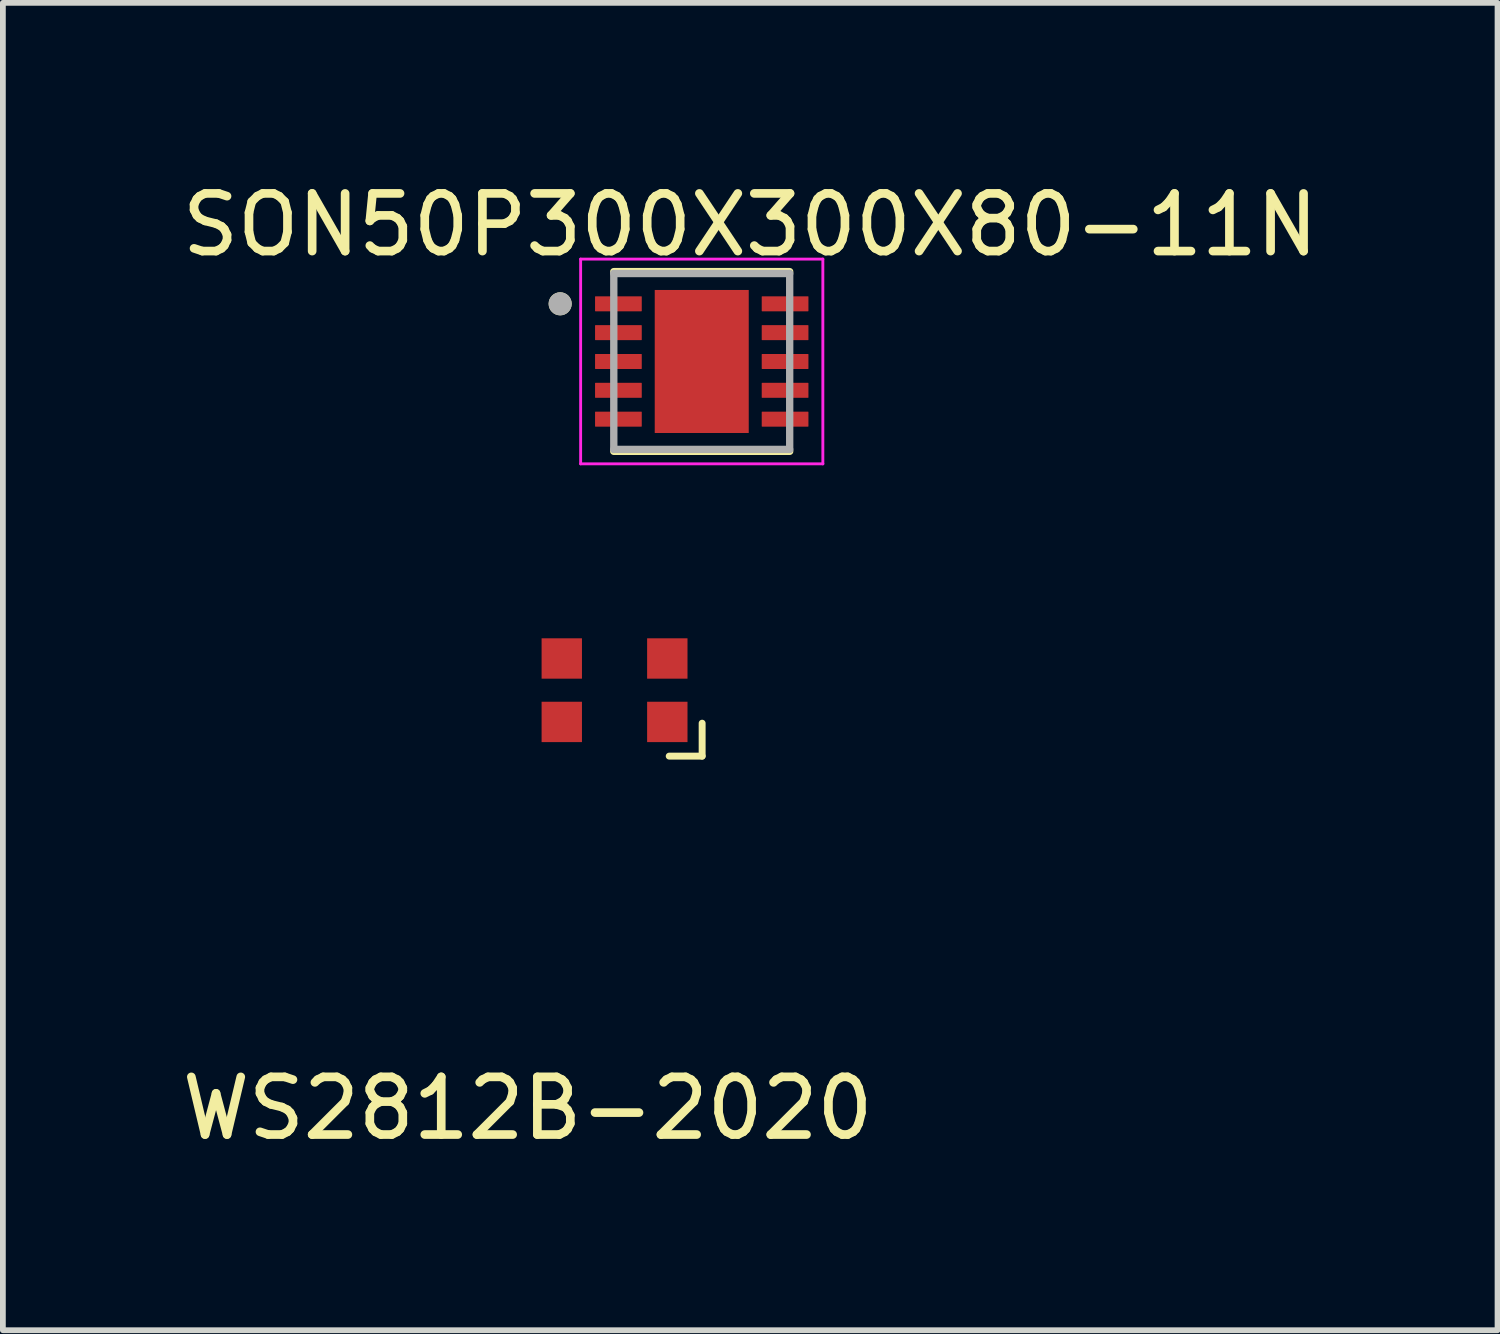
<source format=kicad_pcb>
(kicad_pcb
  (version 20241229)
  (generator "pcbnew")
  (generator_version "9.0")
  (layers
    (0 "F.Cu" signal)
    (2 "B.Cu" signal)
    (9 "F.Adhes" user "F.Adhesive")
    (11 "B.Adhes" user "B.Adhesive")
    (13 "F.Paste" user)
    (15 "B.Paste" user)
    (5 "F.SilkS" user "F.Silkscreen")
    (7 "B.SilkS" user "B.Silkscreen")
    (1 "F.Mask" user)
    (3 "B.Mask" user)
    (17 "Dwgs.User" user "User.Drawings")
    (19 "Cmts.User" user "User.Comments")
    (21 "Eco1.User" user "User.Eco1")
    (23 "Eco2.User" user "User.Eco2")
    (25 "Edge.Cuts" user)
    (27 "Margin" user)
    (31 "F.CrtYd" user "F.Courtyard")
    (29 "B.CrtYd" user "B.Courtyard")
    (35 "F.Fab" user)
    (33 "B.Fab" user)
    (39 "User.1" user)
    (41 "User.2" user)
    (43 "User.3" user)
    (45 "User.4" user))
  (footprint "WS2812B-2020"
    (layer "F.Cu")
    (at 7.601 8.918)
    (property "Reference" "WS2812B-2020" (at -1.5 7.25 0) (layer "F.SilkS") (effects (font (size 1 1) (thickness 0.15))))
    (attr smd)
    (fp_line (start 0.953 1.143) (end 1.524 1.143) (stroke (width 0.12) (type solid)) (layer "F.SilkS"))
    (fp_line (start 1.524 1.143) (end 1.524 0.572) (stroke (width 0.12) (type solid)) (layer "F.SilkS"))
    (pad "1" smd rect (at 0.92 0.55) (size 0.7 0.7) (layers "F.Cu" "F.Mask" "F.Paste"))
    (pad "2" smd rect (at 0.92 -0.55) (size 0.7 0.7) (layers "F.Cu" "F.Mask" "F.Paste"))
    (pad "3" smd rect (at -0.91 -0.55) (size 0.7 0.7) (layers "F.Cu" "F.Mask" "F.Paste"))
    (pad "4" smd rect (at -0.91 0.55) (size 0.7 0.7) (layers "F.Cu" "F.Mask" "F.Paste")))
  (footprint "SON50P300X300X80-11N"
    (layer "F.Cu")
    (at 9.118 3.218)
    (property "Reference" "SON50P300X300X80-11N" (at 0.84 -2.369 0) (layer "F.SilkS") (effects (font (size 1 1) (thickness 0.15))))
    (attr smd)
    (fp_line (start -1.525 -1.558) (end 1.525 -1.558) (stroke (width 0.127) (type solid)) (layer "F.SilkS"))
    (fp_line (start -1.525 1.558) (end 1.525 1.558) (stroke (width 0.127) (type solid)) (layer "F.SilkS"))
    (fp_circle (center -2.455 -1) (end -2.355 -1) (stroke (width 0.2) (type solid)) (fill no) (layer "F.SilkS"))
    (fp_poly (pts (xy -0.51 -0.78) (xy 0.51 -0.78) (xy 0.51 0.78) (xy -0.51 0.78)) (stroke (width 0.01) (type solid)) (fill yes) (layer "F.Paste"))
    (fp_line (start -2.1 -1.775) (end -2.1 1.775) (stroke (width 0.05) (type solid)) (layer "F.CrtYd"))
    (fp_line (start -2.1 -1.775) (end 2.1 -1.775) (stroke (width 0.05) (type solid)) (layer "F.CrtYd"))
    (fp_line (start -2.1 1.775) (end 2.1 1.775) (stroke (width 0.05) (type solid)) (layer "F.CrtYd"))
    (fp_line (start 2.1 -1.775) (end 2.1 1.775) (stroke (width 0.05) (type solid)) (layer "F.CrtYd"))
    (fp_line (start -1.525 -1.525) (end -1.525 1.525) (stroke (width 0.127) (type solid)) (layer "F.Fab"))
    (fp_line (start -1.525 -1.525) (end 1.525 -1.525) (stroke (width 0.127) (type solid)) (layer "F.Fab"))
    (fp_line (start -1.525 1.525) (end 1.525 1.525) (stroke (width 0.127) (type solid)) (layer "F.Fab"))
    (fp_line (start 1.525 -1.525) (end 1.525 1.525) (stroke (width 0.127) (type solid)) (layer "F.Fab"))
    (fp_circle (center -2.455 -1) (end -2.355 -1) (stroke (width 0.2) (type solid)) (fill no) (layer "F.Fab"))
    (pad "1" smd roundrect (at -1.445 -1) (size 0.81 0.26) (layers "F.Cu" "F.Mask" "F.Paste") (roundrect_rratio 0.03))
    (pad "2" smd roundrect (at -1.445 -0.5) (size 0.81 0.26) (layers "F.Cu" "F.Mask" "F.Paste") (roundrect_rratio 0.03))
    (pad "3" smd roundrect (at -1.445 0) (size 0.81 0.26) (layers "F.Cu" "F.Mask" "F.Paste") (roundrect_rratio 0.03))
    (pad "4" smd roundrect (at -1.445 0.5) (size 0.81 0.26) (layers "F.Cu" "F.Mask" "F.Paste") (roundrect_rratio 0.03))
    (pad "5" smd roundrect (at -1.445 1) (size 0.81 0.26) (layers "F.Cu" "F.Mask" "F.Paste") (roundrect_rratio 0.03))
    (pad "6" smd roundrect (at 1.445 1) (size 0.81 0.26) (layers "F.Cu" "F.Mask" "F.Paste") (roundrect_rratio 0.03))
    (pad "7" smd roundrect (at 1.445 0.5) (size 0.81 0.26) (layers "F.Cu" "F.Mask" "F.Paste") (roundrect_rratio 0.03))
    (pad "8" smd roundrect (at 1.445 0) (size 0.81 0.26) (layers "F.Cu" "F.Mask" "F.Paste") (roundrect_rratio 0.03))
    (pad "9" smd roundrect (at 1.445 -0.5) (size 0.81 0.26) (layers "F.Cu" "F.Mask" "F.Paste") (roundrect_rratio 0.03))
    (pad "10" smd roundrect (at 1.445 -1) (size 0.81 0.26) (layers "F.Cu" "F.Mask" "F.Paste") (roundrect_rratio 0.03))
    (pad "11" smd rect (at 0 0) (size 1.63 2.48) (layers "F.Cu" "F.Mask")))
  (gr_rect
    (start -3 -3)
    (end 22.917 20.016)
    (stroke (width 0.1) (type default))
    (fill no)
    (layer "Edge.Cuts")))
</source>
